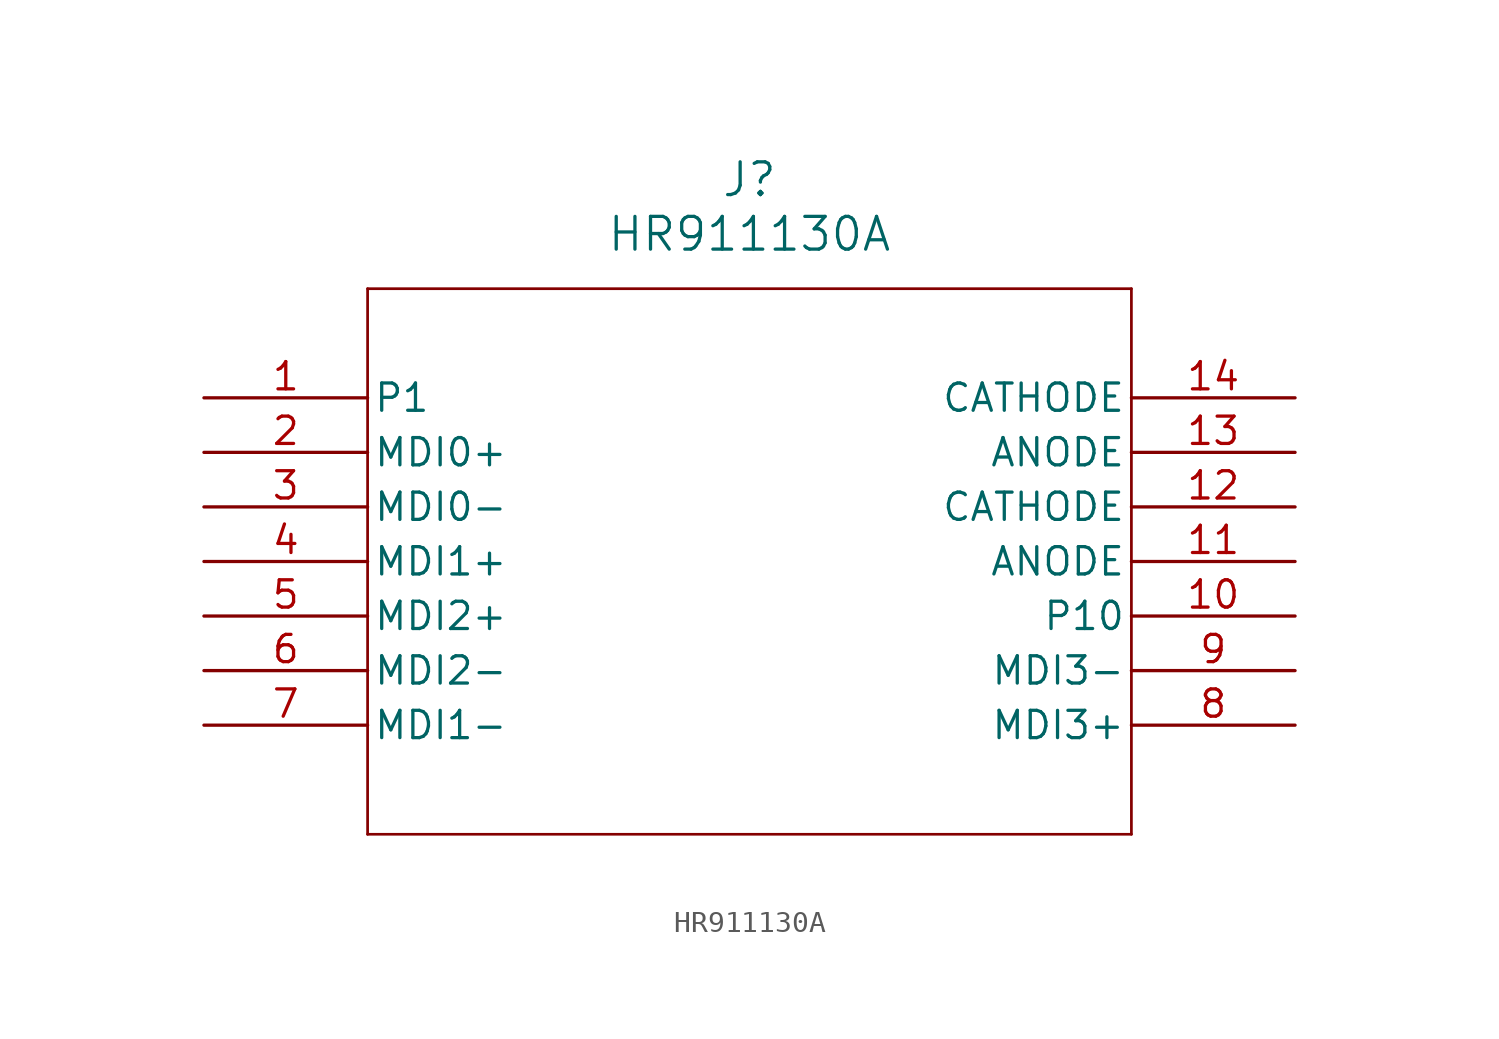
<source format=kicad_sym>
(kicad_symbol_lib
  (version 20211014)
  (generator kicad_symbol_editor)
  (symbol "HR911130A"
    (pin_names
      (offset 0.254))
    (property "Reference" "J"
      (at 25.4 10.16 0)
      (effects (font (size 1.524 1.524))))
    (property "Value" "HR911130A"
      (at 25.4 7.62 0)
      (effects (font (size 1.524 1.524))))
    (symbol "HR911130A_0_1"
      (polyline (pts (xy 7.62 5.08) (xy 7.62 -20.32)) (stroke (width 0.127) (type default) (color 0 0 0 0)) (fill (type none)))
      (polyline (pts (xy 7.62 -20.32) (xy 43.18 -20.32)) (stroke (width 0.127) (type default) (color 0 0 0 0)) (fill (type none)))
      (polyline (pts (xy 43.18 -20.32) (xy 43.18 5.08)) (stroke (width 0.127) (type default) (color 0 0 0 0)) (fill (type none)))
      (polyline (pts (xy 43.18 5.08) (xy 7.62 5.08)) (stroke (width 0.127) (type default) (color 0 0 0 0)) (fill (type none)))
      (pin unspecified line (at 0 0 0) (length 7.62) (name "P1" (effects (font (size 1.27 1.27)))) (number "1" (effects (font (size 1.27 1.27)))))
      (pin unspecified line (at 0 -2.54 0) (length 7.62) (name "MDI0+" (effects (font (size 1.27 1.27)))) (number "2" (effects (font (size 1.27 1.27)))))
      (pin unspecified line (at 0 -5.08 0) (length 7.62) (name "MDI0-" (effects (font (size 1.27 1.27)))) (number "3" (effects (font (size 1.27 1.27)))))
      (pin unspecified line (at 0 -7.62 0) (length 7.62) (name "MDI1+" (effects (font (size 1.27 1.27)))) (number "4" (effects (font (size 1.27 1.27)))))
      (pin unspecified line (at 0 -10.16 0) (length 7.62) (name "MDI2+" (effects (font (size 1.27 1.27)))) (number "5" (effects (font (size 1.27 1.27)))))
      (pin unspecified line (at 0 -12.7 0) (length 7.62) (name "MDI2-" (effects (font (size 1.27 1.27)))) (number "6" (effects (font (size 1.27 1.27)))))
      (pin unspecified line (at 0 -15.24 0) (length 7.62) (name "MDI1-" (effects (font (size 1.27 1.27)))) (number "7" (effects (font (size 1.27 1.27)))))
      (pin unspecified line (at 50.8 -15.24 180) (length 7.62) (name "MDI3+" (effects (font (size 1.27 1.27)))) (number "8" (effects (font (size 1.27 1.27)))))
      (pin unspecified line (at 50.8 -12.7 180) (length 7.62) (name "MDI3-" (effects (font (size 1.27 1.27)))) (number "9" (effects (font (size 1.27 1.27)))))
      (pin unspecified line (at 50.8 -10.16 180) (length 7.62) (name "P10" (effects (font (size 1.27 1.27)))) (number "10" (effects (font (size 1.27 1.27)))))
      (pin unspecified line (at 50.8 -7.62 180) (length 7.62) (name "ANODE" (effects (font (size 1.27 1.27)))) (number "11" (effects (font (size 1.27 1.27)))))
      (pin unspecified line (at 50.8 -5.08 180) (length 7.62) (name "CATHODE" (effects (font (size 1.27 1.27)))) (number "12" (effects (font (size 1.27 1.27)))))
      (pin unspecified line (at 50.8 -2.54 180) (length 7.62) (name "ANODE" (effects (font (size 1.27 1.27)))) (number "13" (effects (font (size 1.27 1.27)))))
      (pin unspecified line (at 50.8 0 180) (length 7.62) (name "CATHODE" (effects (font (size 1.27 1.27)))) (number "14" (effects (font (size 1.27 1.27))))))))
</source>
